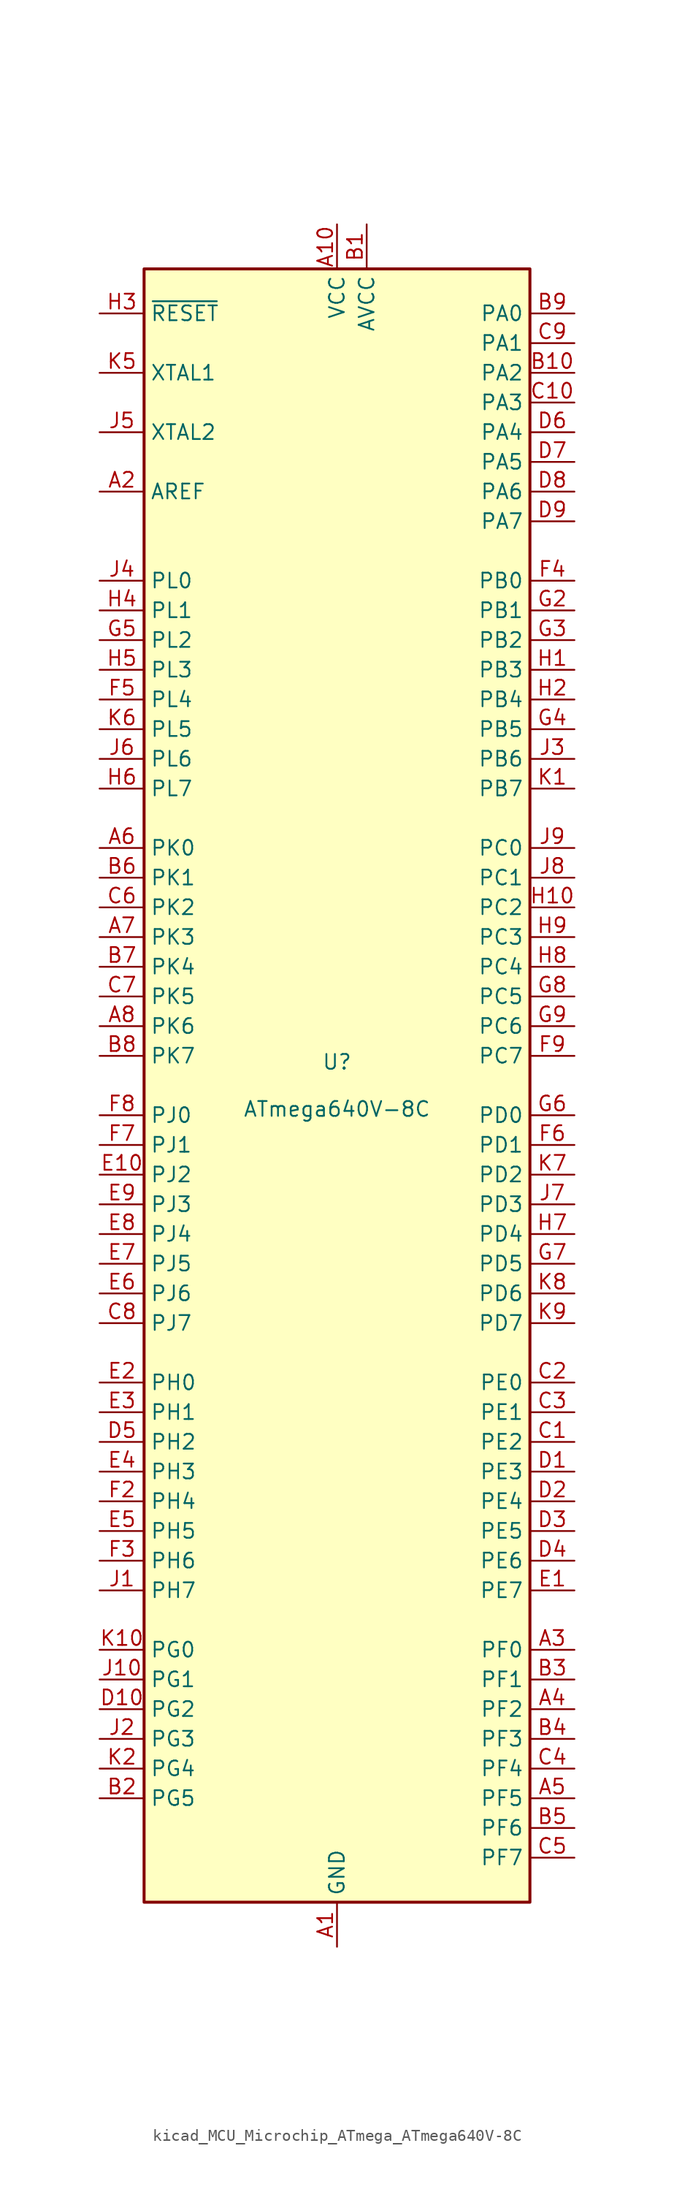
<source format=kicad_sym>
(kicad_symbol_lib
  (version 20220914)
  (generator kicad_symbol_editor)
  (symbol "kicad_MCU_Microchip_ATmega_ATmega640V-8C"
    (property "Reference" "U"
      (at 0 1.27 0)
      (effects (font (size 1.27 1.27)) (justify bottom)))
    (property "Value" "ATmega640V-8C"
      (at 0 -1.27 0)
      (effects (font (size 1.27 1.27)) (justify top)))
    (symbol "kicad_MCU_Microchip_ATmega_ATmega640V-8C_0_1"
      (rectangle (start -16.51 -69.85) (end 16.51 69.85) (stroke (width 0.254) (type default)) (fill (type background))))
    (symbol "kicad_MCU_Microchip_ATmega_ATmega640V-8C_1_1"
      (pin power_in line (at 0 -73.66 90) (length 3.81) (name "GND" (effects (font (size 1.27 1.27)))) (number "A1" (effects (font (size 1.27 1.27)))))
      (pin power_in line (at 0 73.66 270) (length 3.81) (name "VCC" (effects (font (size 1.27 1.27)))) (number "A10" (effects (font (size 1.27 1.27)))))
      (pin passive line (at -20.32 50.8 0) (length 3.81) (name "AREF" (effects (font (size 1.27 1.27)))) (number "A2" (effects (font (size 1.27 1.27)))))
      (pin bidirectional line (at 20.32 -48.26 180) (length 3.81) (name "PF0" (effects (font (size 1.27 1.27)))) (number "A3" (effects (font (size 1.27 1.27)))))
      (pin bidirectional line (at 20.32 -53.34 180) (length 3.81) (name "PF2" (effects (font (size 1.27 1.27)))) (number "A4" (effects (font (size 1.27 1.27)))))
      (pin bidirectional line (at 20.32 -60.96 180) (length 3.81) (name "PF5" (effects (font (size 1.27 1.27)))) (number "A5" (effects (font (size 1.27 1.27)))))
      (pin bidirectional line (at -20.32 20.32 0) (length 3.81) (name "PK0" (effects (font (size 1.27 1.27)))) (number "A6" (effects (font (size 1.27 1.27)))))
      (pin bidirectional line (at -20.32 12.7 0) (length 3.81) (name "PK3" (effects (font (size 1.27 1.27)))) (number "A7" (effects (font (size 1.27 1.27)))))
      (pin bidirectional line (at -20.32 5.08 0) (length 3.81) (name "PK6" (effects (font (size 1.27 1.27)))) (number "A8" (effects (font (size 1.27 1.27)))))
      (pin passive line (at 0 -73.66 90) (length 3.81) hide (name "GND" (effects (font (size 1.27 1.27)))) (number "A9" (effects (font (size 1.27 1.27)))))
      (pin power_in line (at 2.54 73.66 270) (length 3.81) (name "AVCC" (effects (font (size 1.27 1.27)))) (number "B1" (effects (font (size 1.27 1.27)))))
      (pin bidirectional line (at 20.32 60.96 180) (length 3.81) (name "PA2" (effects (font (size 1.27 1.27)))) (number "B10" (effects (font (size 1.27 1.27)))))
      (pin bidirectional line (at -20.32 -60.96 0) (length 3.81) (name "PG5" (effects (font (size 1.27 1.27)))) (number "B2" (effects (font (size 1.27 1.27)))))
      (pin bidirectional line (at 20.32 -50.8 180) (length 3.81) (name "PF1" (effects (font (size 1.27 1.27)))) (number "B3" (effects (font (size 1.27 1.27)))))
      (pin bidirectional line (at 20.32 -55.88 180) (length 3.81) (name "PF3" (effects (font (size 1.27 1.27)))) (number "B4" (effects (font (size 1.27 1.27)))))
      (pin bidirectional line (at 20.32 -63.5 180) (length 3.81) (name "PF6" (effects (font (size 1.27 1.27)))) (number "B5" (effects (font (size 1.27 1.27)))))
      (pin bidirectional line (at -20.32 17.78 0) (length 3.81) (name "PK1" (effects (font (size 1.27 1.27)))) (number "B6" (effects (font (size 1.27 1.27)))))
      (pin bidirectional line (at -20.32 10.16 0) (length 3.81) (name "PK4" (effects (font (size 1.27 1.27)))) (number "B7" (effects (font (size 1.27 1.27)))))
      (pin bidirectional line (at -20.32 2.54 0) (length 3.81) (name "PK7" (effects (font (size 1.27 1.27)))) (number "B8" (effects (font (size 1.27 1.27)))))
      (pin bidirectional line (at 20.32 66.04 180) (length 3.81) (name "PA0" (effects (font (size 1.27 1.27)))) (number "B9" (effects (font (size 1.27 1.27)))))
      (pin bidirectional line (at 20.32 -30.48 180) (length 3.81) (name "PE2" (effects (font (size 1.27 1.27)))) (number "C1" (effects (font (size 1.27 1.27)))))
      (pin bidirectional line (at 20.32 58.42 180) (length 3.81) (name "PA3" (effects (font (size 1.27 1.27)))) (number "C10" (effects (font (size 1.27 1.27)))))
      (pin bidirectional line (at 20.32 -25.4 180) (length 3.81) (name "PE0" (effects (font (size 1.27 1.27)))) (number "C2" (effects (font (size 1.27 1.27)))))
      (pin bidirectional line (at 20.32 -27.94 180) (length 3.81) (name "PE1" (effects (font (size 1.27 1.27)))) (number "C3" (effects (font (size 1.27 1.27)))))
      (pin bidirectional line (at 20.32 -58.42 180) (length 3.81) (name "PF4" (effects (font (size 1.27 1.27)))) (number "C4" (effects (font (size 1.27 1.27)))))
      (pin bidirectional line (at 20.32 -66.04 180) (length 3.81) (name "PF7" (effects (font (size 1.27 1.27)))) (number "C5" (effects (font (size 1.27 1.27)))))
      (pin bidirectional line (at -20.32 15.24 0) (length 3.81) (name "PK2" (effects (font (size 1.27 1.27)))) (number "C6" (effects (font (size 1.27 1.27)))))
      (pin bidirectional line (at -20.32 7.62 0) (length 3.81) (name "PK5" (effects (font (size 1.27 1.27)))) (number "C7" (effects (font (size 1.27 1.27)))))
      (pin bidirectional line (at -20.32 -20.32 0) (length 3.81) (name "PJ7" (effects (font (size 1.27 1.27)))) (number "C8" (effects (font (size 1.27 1.27)))))
      (pin bidirectional line (at 20.32 63.5 180) (length 3.81) (name "PA1" (effects (font (size 1.27 1.27)))) (number "C9" (effects (font (size 1.27 1.27)))))
      (pin bidirectional line (at 20.32 -33.02 180) (length 3.81) (name "PE3" (effects (font (size 1.27 1.27)))) (number "D1" (effects (font (size 1.27 1.27)))))
      (pin bidirectional line (at -20.32 -53.34 0) (length 3.81) (name "PG2" (effects (font (size 1.27 1.27)))) (number "D10" (effects (font (size 1.27 1.27)))))
      (pin bidirectional line (at 20.32 -35.56 180) (length 3.81) (name "PE4" (effects (font (size 1.27 1.27)))) (number "D2" (effects (font (size 1.27 1.27)))))
      (pin bidirectional line (at 20.32 -38.1 180) (length 3.81) (name "PE5" (effects (font (size 1.27 1.27)))) (number "D3" (effects (font (size 1.27 1.27)))))
      (pin bidirectional line (at 20.32 -40.64 180) (length 3.81) (name "PE6" (effects (font (size 1.27 1.27)))) (number "D4" (effects (font (size 1.27 1.27)))))
      (pin bidirectional line (at -20.32 -30.48 0) (length 3.81) (name "PH2" (effects (font (size 1.27 1.27)))) (number "D5" (effects (font (size 1.27 1.27)))))
      (pin bidirectional line (at 20.32 55.88 180) (length 3.81) (name "PA4" (effects (font (size 1.27 1.27)))) (number "D6" (effects (font (size 1.27 1.27)))))
      (pin bidirectional line (at 20.32 53.34 180) (length 3.81) (name "PA5" (effects (font (size 1.27 1.27)))) (number "D7" (effects (font (size 1.27 1.27)))))
      (pin bidirectional line (at 20.32 50.8 180) (length 3.81) (name "PA6" (effects (font (size 1.27 1.27)))) (number "D8" (effects (font (size 1.27 1.27)))))
      (pin bidirectional line (at 20.32 48.26 180) (length 3.81) (name "PA7" (effects (font (size 1.27 1.27)))) (number "D9" (effects (font (size 1.27 1.27)))))
      (pin bidirectional line (at 20.32 -43.18 180) (length 3.81) (name "PE7" (effects (font (size 1.27 1.27)))) (number "E1" (effects (font (size 1.27 1.27)))))
      (pin bidirectional line (at -20.32 -7.62 0) (length 3.81) (name "PJ2" (effects (font (size 1.27 1.27)))) (number "E10" (effects (font (size 1.27 1.27)))))
      (pin bidirectional line (at -20.32 -25.4 0) (length 3.81) (name "PH0" (effects (font (size 1.27 1.27)))) (number "E2" (effects (font (size 1.27 1.27)))))
      (pin bidirectional line (at -20.32 -27.94 0) (length 3.81) (name "PH1" (effects (font (size 1.27 1.27)))) (number "E3" (effects (font (size 1.27 1.27)))))
      (pin bidirectional line (at -20.32 -33.02 0) (length 3.81) (name "PH3" (effects (font (size 1.27 1.27)))) (number "E4" (effects (font (size 1.27 1.27)))))
      (pin bidirectional line (at -20.32 -38.1 0) (length 3.81) (name "PH5" (effects (font (size 1.27 1.27)))) (number "E5" (effects (font (size 1.27 1.27)))))
      (pin bidirectional line (at -20.32 -17.78 0) (length 3.81) (name "PJ6" (effects (font (size 1.27 1.27)))) (number "E6" (effects (font (size 1.27 1.27)))))
      (pin bidirectional line (at -20.32 -15.24 0) (length 3.81) (name "PJ5" (effects (font (size 1.27 1.27)))) (number "E7" (effects (font (size 1.27 1.27)))))
      (pin bidirectional line (at -20.32 -12.7 0) (length 3.81) (name "PJ4" (effects (font (size 1.27 1.27)))) (number "E8" (effects (font (size 1.27 1.27)))))
      (pin bidirectional line (at -20.32 -10.16 0) (length 3.81) (name "PJ3" (effects (font (size 1.27 1.27)))) (number "E9" (effects (font (size 1.27 1.27)))))
      (pin passive line (at 0 73.66 270) (length 3.81) hide (name "VCC" (effects (font (size 1.27 1.27)))) (number "F1" (effects (font (size 1.27 1.27)))))
      (pin passive line (at 0 -73.66 90) (length 3.81) hide (name "GND" (effects (font (size 1.27 1.27)))) (number "F10" (effects (font (size 1.27 1.27)))))
      (pin bidirectional line (at -20.32 -35.56 0) (length 3.81) (name "PH4" (effects (font (size 1.27 1.27)))) (number "F2" (effects (font (size 1.27 1.27)))))
      (pin bidirectional line (at -20.32 -40.64 0) (length 3.81) (name "PH6" (effects (font (size 1.27 1.27)))) (number "F3" (effects (font (size 1.27 1.27)))))
      (pin bidirectional line (at 20.32 43.18 180) (length 3.81) (name "PB0" (effects (font (size 1.27 1.27)))) (number "F4" (effects (font (size 1.27 1.27)))))
      (pin bidirectional line (at -20.32 33.02 0) (length 3.81) (name "PL4" (effects (font (size 1.27 1.27)))) (number "F5" (effects (font (size 1.27 1.27)))))
      (pin bidirectional line (at 20.32 -5.08 180) (length 3.81) (name "PD1" (effects (font (size 1.27 1.27)))) (number "F6" (effects (font (size 1.27 1.27)))))
      (pin bidirectional line (at -20.32 -5.08 0) (length 3.81) (name "PJ1" (effects (font (size 1.27 1.27)))) (number "F7" (effects (font (size 1.27 1.27)))))
      (pin bidirectional line (at -20.32 -2.54 0) (length 3.81) (name "PJ0" (effects (font (size 1.27 1.27)))) (number "F8" (effects (font (size 1.27 1.27)))))
      (pin bidirectional line (at 20.32 2.54 180) (length 3.81) (name "PC7" (effects (font (size 1.27 1.27)))) (number "F9" (effects (font (size 1.27 1.27)))))
      (pin passive line (at 0 -73.66 90) (length 3.81) hide (name "GND" (effects (font (size 1.27 1.27)))) (number "G1" (effects (font (size 1.27 1.27)))))
      (pin passive line (at 0 73.66 270) (length 3.81) hide (name "VCC" (effects (font (size 1.27 1.27)))) (number "G10" (effects (font (size 1.27 1.27)))))
      (pin bidirectional line (at 20.32 40.64 180) (length 3.81) (name "PB1" (effects (font (size 1.27 1.27)))) (number "G2" (effects (font (size 1.27 1.27)))))
      (pin bidirectional line (at 20.32 38.1 180) (length 3.81) (name "PB2" (effects (font (size 1.27 1.27)))) (number "G3" (effects (font (size 1.27 1.27)))))
      (pin bidirectional line (at 20.32 30.48 180) (length 3.81) (name "PB5" (effects (font (size 1.27 1.27)))) (number "G4" (effects (font (size 1.27 1.27)))))
      (pin bidirectional line (at -20.32 38.1 0) (length 3.81) (name "PL2" (effects (font (size 1.27 1.27)))) (number "G5" (effects (font (size 1.27 1.27)))))
      (pin bidirectional line (at 20.32 -2.54 180) (length 3.81) (name "PD0" (effects (font (size 1.27 1.27)))) (number "G6" (effects (font (size 1.27 1.27)))))
      (pin bidirectional line (at 20.32 -15.24 180) (length 3.81) (name "PD5" (effects (font (size 1.27 1.27)))) (number "G7" (effects (font (size 1.27 1.27)))))
      (pin bidirectional line (at 20.32 7.62 180) (length 3.81) (name "PC5" (effects (font (size 1.27 1.27)))) (number "G8" (effects (font (size 1.27 1.27)))))
      (pin bidirectional line (at 20.32 5.08 180) (length 3.81) (name "PC6" (effects (font (size 1.27 1.27)))) (number "G9" (effects (font (size 1.27 1.27)))))
      (pin bidirectional line (at 20.32 35.56 180) (length 3.81) (name "PB3" (effects (font (size 1.27 1.27)))) (number "H1" (effects (font (size 1.27 1.27)))))
      (pin bidirectional line (at 20.32 15.24 180) (length 3.81) (name "PC2" (effects (font (size 1.27 1.27)))) (number "H10" (effects (font (size 1.27 1.27)))))
      (pin bidirectional line (at 20.32 33.02 180) (length 3.81) (name "PB4" (effects (font (size 1.27 1.27)))) (number "H2" (effects (font (size 1.27 1.27)))))
      (pin input line (at -20.32 66.04 0) (length 3.81) (name "~{RESET}" (effects (font (size 1.27 1.27)))) (number "H3" (effects (font (size 1.27 1.27)))))
      (pin bidirectional line (at -20.32 40.64 0) (length 3.81) (name "PL1" (effects (font (size 1.27 1.27)))) (number "H4" (effects (font (size 1.27 1.27)))))
      (pin bidirectional line (at -20.32 35.56 0) (length 3.81) (name "PL3" (effects (font (size 1.27 1.27)))) (number "H5" (effects (font (size 1.27 1.27)))))
      (pin bidirectional line (at -20.32 25.4 0) (length 3.81) (name "PL7" (effects (font (size 1.27 1.27)))) (number "H6" (effects (font (size 1.27 1.27)))))
      (pin bidirectional line (at 20.32 -12.7 180) (length 3.81) (name "PD4" (effects (font (size 1.27 1.27)))) (number "H7" (effects (font (size 1.27 1.27)))))
      (pin bidirectional line (at 20.32 10.16 180) (length 3.81) (name "PC4" (effects (font (size 1.27 1.27)))) (number "H8" (effects (font (size 1.27 1.27)))))
      (pin bidirectional line (at 20.32 12.7 180) (length 3.81) (name "PC3" (effects (font (size 1.27 1.27)))) (number "H9" (effects (font (size 1.27 1.27)))))
      (pin bidirectional line (at -20.32 -43.18 0) (length 3.81) (name "PH7" (effects (font (size 1.27 1.27)))) (number "J1" (effects (font (size 1.27 1.27)))))
      (pin bidirectional line (at -20.32 -50.8 0) (length 3.81) (name "PG1" (effects (font (size 1.27 1.27)))) (number "J10" (effects (font (size 1.27 1.27)))))
      (pin bidirectional line (at -20.32 -55.88 0) (length 3.81) (name "PG3" (effects (font (size 1.27 1.27)))) (number "J2" (effects (font (size 1.27 1.27)))))
      (pin bidirectional line (at 20.32 27.94 180) (length 3.81) (name "PB6" (effects (font (size 1.27 1.27)))) (number "J3" (effects (font (size 1.27 1.27)))))
      (pin bidirectional line (at -20.32 43.18 0) (length 3.81) (name "PL0" (effects (font (size 1.27 1.27)))) (number "J4" (effects (font (size 1.27 1.27)))))
      (pin output line (at -20.32 55.88 0) (length 3.81) (name "XTAL2" (effects (font (size 1.27 1.27)))) (number "J5" (effects (font (size 1.27 1.27)))))
      (pin bidirectional line (at -20.32 27.94 0) (length 3.81) (name "PL6" (effects (font (size 1.27 1.27)))) (number "J6" (effects (font (size 1.27 1.27)))))
      (pin bidirectional line (at 20.32 -10.16 180) (length 3.81) (name "PD3" (effects (font (size 1.27 1.27)))) (number "J7" (effects (font (size 1.27 1.27)))))
      (pin bidirectional line (at 20.32 17.78 180) (length 3.81) (name "PC1" (effects (font (size 1.27 1.27)))) (number "J8" (effects (font (size 1.27 1.27)))))
      (pin bidirectional line (at 20.32 20.32 180) (length 3.81) (name "PC0" (effects (font (size 1.27 1.27)))) (number "J9" (effects (font (size 1.27 1.27)))))
      (pin bidirectional line (at 20.32 25.4 180) (length 3.81) (name "PB7" (effects (font (size 1.27 1.27)))) (number "K1" (effects (font (size 1.27 1.27)))))
      (pin bidirectional line (at -20.32 -48.26 0) (length 3.81) (name "PG0" (effects (font (size 1.27 1.27)))) (number "K10" (effects (font (size 1.27 1.27)))))
      (pin bidirectional line (at -20.32 -58.42 0) (length 3.81) (name "PG4" (effects (font (size 1.27 1.27)))) (number "K2" (effects (font (size 1.27 1.27)))))
      (pin passive line (at 0 73.66 270) (length 3.81) hide (name "VCC" (effects (font (size 1.27 1.27)))) (number "K3" (effects (font (size 1.27 1.27)))))
      (pin passive line (at 0 -73.66 90) (length 3.81) hide (name "GND" (effects (font (size 1.27 1.27)))) (number "K4" (effects (font (size 1.27 1.27)))))
      (pin input line (at -20.32 60.96 0) (length 3.81) (name "XTAL1" (effects (font (size 1.27 1.27)))) (number "K5" (effects (font (size 1.27 1.27)))))
      (pin bidirectional line (at -20.32 30.48 0) (length 3.81) (name "PL5" (effects (font (size 1.27 1.27)))) (number "K6" (effects (font (size 1.27 1.27)))))
      (pin bidirectional line (at 20.32 -7.62 180) (length 3.81) (name "PD2" (effects (font (size 1.27 1.27)))) (number "K7" (effects (font (size 1.27 1.27)))))
      (pin bidirectional line (at 20.32 -17.78 180) (length 3.81) (name "PD6" (effects (font (size 1.27 1.27)))) (number "K8" (effects (font (size 1.27 1.27)))))
      (pin bidirectional line (at 20.32 -20.32 180) (length 3.81) (name "PD7" (effects (font (size 1.27 1.27)))) (number "K9" (effects (font (size 1.27 1.27))))))))
</source>
